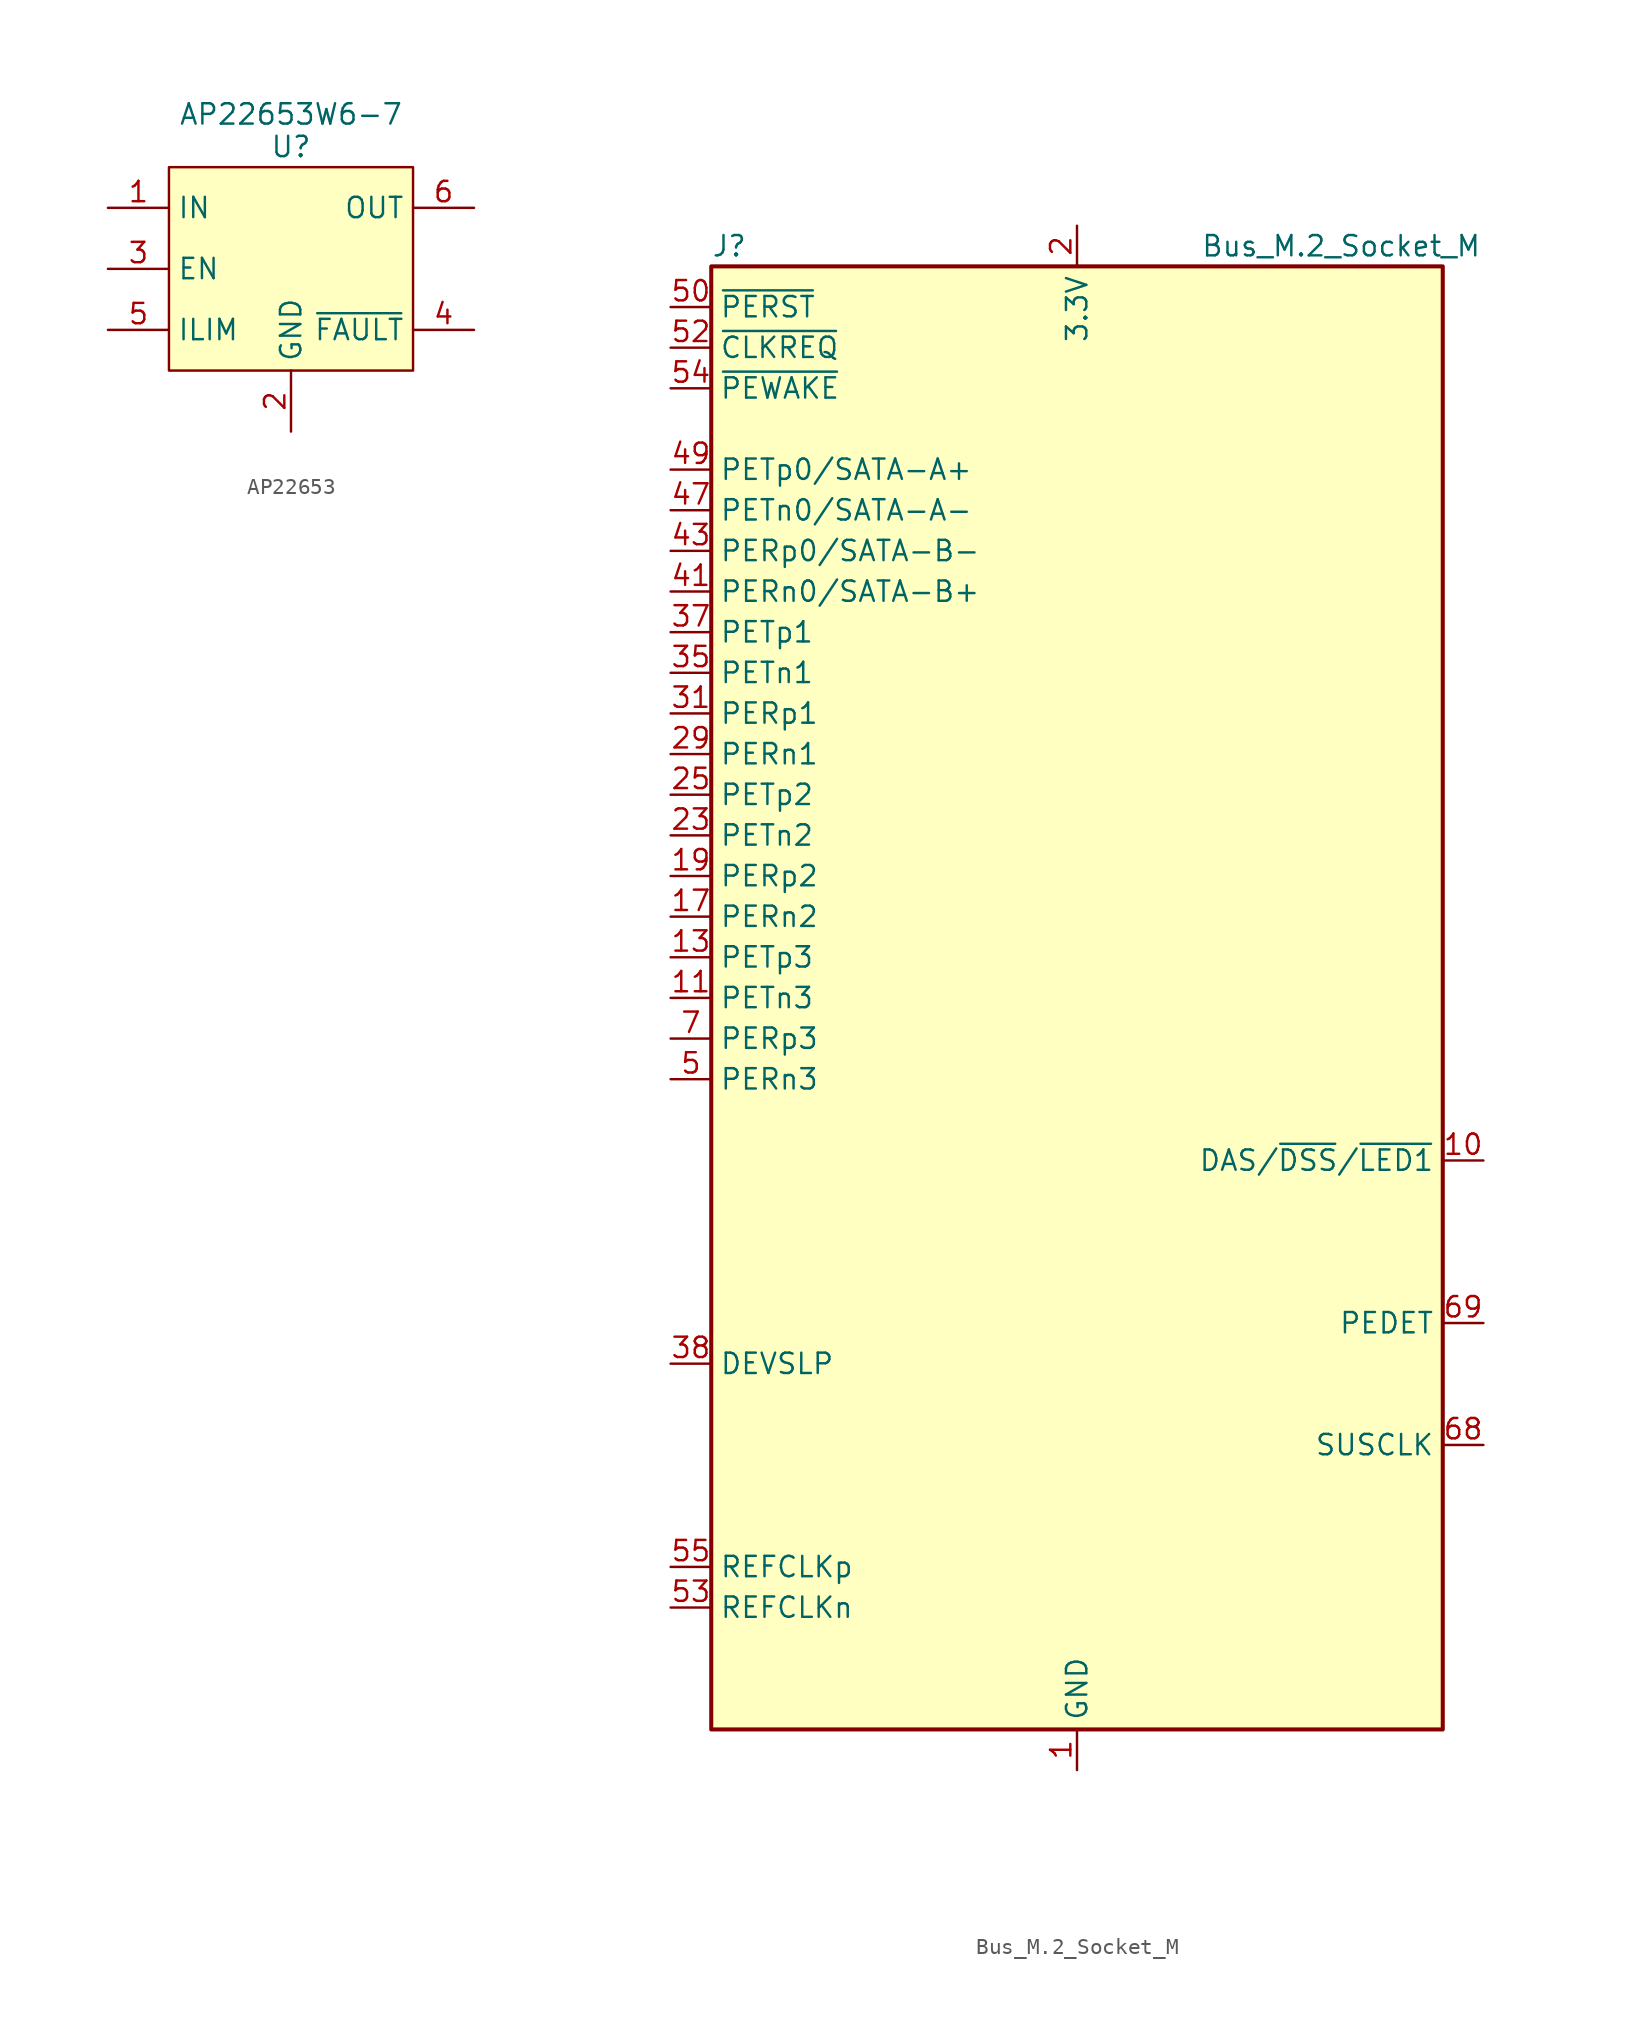
<source format=kicad_sym>
(kicad_symbol_lib
  (version 20241209)
  (generator "kicad_symbol_editor")
  (generator_version "9.0")
  (symbol "AP22653"
    (property "Reference" "U"
      (at 0 7.62 0)
      (effects (font (size 1.27 1.27))))
    (property "Value" "AP22653W6-7"
      (at 0 9.652 0)
      (effects (font (size 1.27 1.27))))
    (symbol "AP22653_1_1"
      (rectangle (start -7.62 6.35) (end 7.62 -6.35) (stroke (width 0) (type default)) (fill (type background)))
      (pin power_in line (at -11.43 3.81 0) (length 3.81) (name "IN" (effects (font (size 1.27 1.27)))) (number "1" (effects (font (size 1.27 1.27)))))
      (pin input line (at -11.43 0 0) (length 3.81) (name "EN" (effects (font (size 1.27 1.27)))) (number "3" (effects (font (size 1.27 1.27)))))
      (pin passive line (at -11.43 -3.81 0) (length 3.81) (name "ILIM" (effects (font (size 1.27 1.27)))) (number "5" (effects (font (size 1.27 1.27)))))
      (pin power_in line (at 0 -10.16 90) (length 3.81) (name "GND" (effects (font (size 1.27 1.27)))) (number "2" (effects (font (size 1.27 1.27)))))
      (pin power_out line (at 11.43 3.81 180) (length 3.81) (name "OUT" (effects (font (size 1.27 1.27)))) (number "6" (effects (font (size 1.27 1.27)))))
      (pin output line (at 11.43 -3.81 180) (length 3.81) (name "~{FAULT}" (effects (font (size 1.27 1.27)))) (number "4" (effects (font (size 1.27 1.27)))))))
  (symbol "Bus_M.2_Socket_M"
    (property "Reference" "J"
      (at -22.86 46.99 0)
      (effects (font (size 1.27 1.27)) (justify left)))
    (property "Value" "Bus_M.2_Socket_M"
      (at 16.51 46.99 0)
      (effects (font (size 1.27 1.27))))
    (symbol "Bus_M.2_Socket_M_0_1"
      (rectangle (start -22.86 45.72) (end 22.86 -45.72) (stroke (width 0.254) (type default)) (fill (type background))))
    (symbol "Bus_M.2_Socket_M_1_1"
      (pin input line (at -25.4 43.18 0) (length 2.54) (name "~{PERST}" (effects (font (size 1.27 1.27)))) (number "50" (effects (font (size 1.27 1.27)))))
      (pin bidirectional line (at -25.4 40.64 0) (length 2.54) (name "~{CLKREQ}" (effects (font (size 1.27 1.27)))) (number "52" (effects (font (size 1.27 1.27)))))
      (pin bidirectional line (at -25.4 38.1 0) (length 2.54) (name "~{PEWAKE}" (effects (font (size 1.27 1.27)))) (number "54" (effects (font (size 1.27 1.27)))))
      (pin input line (at -25.4 33.02 0) (length 2.54) (name "PETp0/SATA-A+" (effects (font (size 1.27 1.27)))) (number "49" (effects (font (size 1.27 1.27)))))
      (pin input line (at -25.4 30.48 0) (length 2.54) (name "PETn0/SATA-A-" (effects (font (size 1.27 1.27)))) (number "47" (effects (font (size 1.27 1.27)))))
      (pin output line (at -25.4 27.94 0) (length 2.54) (name "PERp0/SATA-B-" (effects (font (size 1.27 1.27)))) (number "43" (effects (font (size 1.27 1.27)))))
      (pin output line (at -25.4 25.4 0) (length 2.54) (name "PERn0/SATA-B+" (effects (font (size 1.27 1.27)))) (number "41" (effects (font (size 1.27 1.27)))))
      (pin input line (at -25.4 22.86 0) (length 2.54) (name "PETp1" (effects (font (size 1.27 1.27)))) (number "37" (effects (font (size 1.27 1.27)))))
      (pin input line (at -25.4 20.32 0) (length 2.54) (name "PETn1" (effects (font (size 1.27 1.27)))) (number "35" (effects (font (size 1.27 1.27)))))
      (pin output line (at -25.4 17.78 0) (length 2.54) (name "PERp1" (effects (font (size 1.27 1.27)))) (number "31" (effects (font (size 1.27 1.27)))))
      (pin output line (at -25.4 15.24 0) (length 2.54) (name "PERn1" (effects (font (size 1.27 1.27)))) (number "29" (effects (font (size 1.27 1.27)))))
      (pin input line (at -25.4 12.7 0) (length 2.54) (name "PETp2" (effects (font (size 1.27 1.27)))) (number "25" (effects (font (size 1.27 1.27)))))
      (pin input line (at -25.4 10.16 0) (length 2.54) (name "PETn2" (effects (font (size 1.27 1.27)))) (number "23" (effects (font (size 1.27 1.27)))))
      (pin output line (at -25.4 7.62 0) (length 2.54) (name "PERp2" (effects (font (size 1.27 1.27)))) (number "19" (effects (font (size 1.27 1.27)))))
      (pin output line (at -25.4 5.08 0) (length 2.54) (name "PERn2" (effects (font (size 1.27 1.27)))) (number "17" (effects (font (size 1.27 1.27)))))
      (pin input line (at -25.4 2.54 0) (length 2.54) (name "PETp3" (effects (font (size 1.27 1.27)))) (number "13" (effects (font (size 1.27 1.27)))))
      (pin input line (at -25.4 0 0) (length 2.54) (name "PETn3" (effects (font (size 1.27 1.27)))) (number "11" (effects (font (size 1.27 1.27)))))
      (pin output line (at -25.4 -2.54 0) (length 2.54) (name "PERp3" (effects (font (size 1.27 1.27)))) (number "7" (effects (font (size 1.27 1.27)))))
      (pin output line (at -25.4 -5.08 0) (length 2.54) (name "PERn3" (effects (font (size 1.27 1.27)))) (number "5" (effects (font (size 1.27 1.27)))))
      (pin output line (at -25.4 -22.86 0) (length 2.54) (name "DEVSLP" (effects (font (size 1.27 1.27)))) (number "38" (effects (font (size 1.27 1.27)))))
      (pin input line (at -25.4 -35.56 0) (length 2.54) (name "REFCLKp" (effects (font (size 1.27 1.27)))) (number "55" (effects (font (size 1.27 1.27)))))
      (pin input line (at -25.4 -38.1 0) (length 2.54) (name "REFCLKn" (effects (font (size 1.27 1.27)))) (number "53" (effects (font (size 1.27 1.27)))))
      (pin passive line (at 0 48.26 270) (length 2.54) (hide yes) (name "3.3V" (effects (font (size 1.27 1.27)))) (number "12" (effects (font (size 1.27 1.27)))))
      (pin passive line (at 0 48.26 270) (length 2.54) (hide yes) (name "3.3V" (effects (font (size 1.27 1.27)))) (number "14" (effects (font (size 1.27 1.27)))))
      (pin passive line (at 0 48.26 270) (length 2.54) (hide yes) (name "3.3V" (effects (font (size 1.27 1.27)))) (number "16" (effects (font (size 1.27 1.27)))))
      (pin passive line (at 0 48.26 270) (length 2.54) (hide yes) (name "3.3V" (effects (font (size 1.27 1.27)))) (number "18" (effects (font (size 1.27 1.27)))))
      (pin power_in line (at 0 48.26 270) (length 2.54) (name "3.3V" (effects (font (size 1.27 1.27)))) (number "2" (effects (font (size 1.27 1.27)))))
      (pin passive line (at 0 48.26 270) (length 2.54) (hide yes) (name "3.3V" (effects (font (size 1.27 1.27)))) (number "4" (effects (font (size 1.27 1.27)))))
      (pin passive line (at 0 48.26 270) (length 2.54) (hide yes) (name "3.3V" (effects (font (size 1.27 1.27)))) (number "70" (effects (font (size 1.27 1.27)))))
      (pin passive line (at 0 48.26 270) (length 2.54) (hide yes) (name "3.3V" (effects (font (size 1.27 1.27)))) (number "72" (effects (font (size 1.27 1.27)))))
      (pin passive line (at 0 48.26 270) (length 2.54) (hide yes) (name "3.3V" (effects (font (size 1.27 1.27)))) (number "74" (effects (font (size 1.27 1.27)))))
      (pin power_in line (at 0 -48.26 90) (length 2.54) (name "GND" (effects (font (size 1.27 1.27)))) (number "1" (effects (font (size 1.27 1.27)))))
      (pin passive line (at 0 -48.26 90) (length 2.54) (hide yes) (name "GND" (effects (font (size 1.27 1.27)))) (number "15" (effects (font (size 1.27 1.27)))))
      (pin passive line (at 0 -48.26 90) (length 2.54) (hide yes) (name "GND" (effects (font (size 1.27 1.27)))) (number "21" (effects (font (size 1.27 1.27)))))
      (pin passive line (at 0 -48.26 90) (length 2.54) (hide yes) (name "GND" (effects (font (size 1.27 1.27)))) (number "27" (effects (font (size 1.27 1.27)))))
      (pin passive line (at 0 -48.26 90) (length 2.54) (hide yes) (name "GND" (effects (font (size 1.27 1.27)))) (number "3" (effects (font (size 1.27 1.27)))))
      (pin passive line (at 0 -48.26 90) (length 2.54) (hide yes) (name "GND" (effects (font (size 1.27 1.27)))) (number "33" (effects (font (size 1.27 1.27)))))
      (pin passive line (at 0 -48.26 90) (length 2.54) (hide yes) (name "GND" (effects (font (size 1.27 1.27)))) (number "39" (effects (font (size 1.27 1.27)))))
      (pin passive line (at 0 -48.26 90) (length 2.54) (hide yes) (name "GND" (effects (font (size 1.27 1.27)))) (number "45" (effects (font (size 1.27 1.27)))))
      (pin passive line (at 0 -48.26 90) (length 2.54) (hide yes) (name "GND" (effects (font (size 1.27 1.27)))) (number "51" (effects (font (size 1.27 1.27)))))
      (pin passive line (at 0 -48.26 90) (length 2.54) (hide yes) (name "GND" (effects (font (size 1.27 1.27)))) (number "57" (effects (font (size 1.27 1.27)))))
      (pin passive line (at 0 -48.26 90) (length 2.54) (hide yes) (name "GND" (effects (font (size 1.27 1.27)))) (number "71" (effects (font (size 1.27 1.27)))))
      (pin passive line (at 0 -48.26 90) (length 2.54) (hide yes) (name "GND" (effects (font (size 1.27 1.27)))) (number "73" (effects (font (size 1.27 1.27)))))
      (pin passive line (at 0 -48.26 90) (length 2.54) (hide yes) (name "GND" (effects (font (size 1.27 1.27)))) (number "75" (effects (font (size 1.27 1.27)))))
      (pin passive line (at 0 -48.26 90) (length 2.54) (hide yes) (name "GND" (effects (font (size 1.27 1.27)))) (number "9" (effects (font (size 1.27 1.27)))))
      (pin power_in line (at 0 -48.26 90) (length 2.54) (hide yes) (name "GND" (effects (font (size 1.27 1.27)))) (number "MP" (effects (font (size 1.27 1.27)))))
      (pin no_connect line (at 22.86 40.64 180) (length 2.54) (hide yes) (name "NC" (effects (font (size 1.27 1.27)))) (number "58" (effects (font (size 1.27 1.27)))))
      (pin no_connect line (at 22.86 38.1 180) (length 2.54) (hide yes) (name "NC" (effects (font (size 1.27 1.27)))) (number "56" (effects (font (size 1.27 1.27)))))
      (pin no_connect line (at 22.86 35.56 180) (length 2.54) (hide yes) (name "NC" (effects (font (size 1.27 1.27)))) (number "48" (effects (font (size 1.27 1.27)))))
      (pin no_connect line (at 22.86 33.02 180) (length 2.54) (hide yes) (name "NC" (effects (font (size 1.27 1.27)))) (number "46" (effects (font (size 1.27 1.27)))))
      (pin no_connect line (at 22.86 30.48 180) (length 2.54) (hide yes) (name "NC" (effects (font (size 1.27 1.27)))) (number "44" (effects (font (size 1.27 1.27)))))
      (pin no_connect line (at 22.86 27.94 180) (length 2.54) (hide yes) (name "NC" (effects (font (size 1.27 1.27)))) (number "42" (effects (font (size 1.27 1.27)))))
      (pin no_connect line (at 22.86 25.4 180) (length 2.54) (hide yes) (name "NC" (effects (font (size 1.27 1.27)))) (number "40" (effects (font (size 1.27 1.27)))))
      (pin no_connect line (at 22.86 22.86 180) (length 2.54) (hide yes) (name "NC" (effects (font (size 1.27 1.27)))) (number "36" (effects (font (size 1.27 1.27)))))
      (pin no_connect line (at 22.86 20.32 180) (length 2.54) (hide yes) (name "NC" (effects (font (size 1.27 1.27)))) (number "34" (effects (font (size 1.27 1.27)))))
      (pin no_connect line (at 22.86 17.78 180) (length 2.54) (hide yes) (name "NC" (effects (font (size 1.27 1.27)))) (number "32" (effects (font (size 1.27 1.27)))))
      (pin no_connect line (at 22.86 15.24 180) (length 2.54) (hide yes) (name "NC" (effects (font (size 1.27 1.27)))) (number "30" (effects (font (size 1.27 1.27)))))
      (pin no_connect line (at 22.86 12.7 180) (length 2.54) (hide yes) (name "NC" (effects (font (size 1.27 1.27)))) (number "28" (effects (font (size 1.27 1.27)))))
      (pin no_connect line (at 22.86 10.16 180) (length 2.54) (hide yes) (name "NC" (effects (font (size 1.27 1.27)))) (number "26" (effects (font (size 1.27 1.27)))))
      (pin no_connect line (at 22.86 7.62 180) (length 2.54) (hide yes) (name "NC" (effects (font (size 1.27 1.27)))) (number "24" (effects (font (size 1.27 1.27)))))
      (pin no_connect line (at 22.86 5.08 180) (length 2.54) (hide yes) (name "NC" (effects (font (size 1.27 1.27)))) (number "22" (effects (font (size 1.27 1.27)))))
      (pin no_connect line (at 22.86 2.54 180) (length 2.54) (hide yes) (name "NC" (effects (font (size 1.27 1.27)))) (number "20" (effects (font (size 1.27 1.27)))))
      (pin no_connect line (at 22.86 0 180) (length 2.54) (hide yes) (name "NC" (effects (font (size 1.27 1.27)))) (number "8" (effects (font (size 1.27 1.27)))))
      (pin no_connect line (at 22.86 -2.54 180) (length 2.54) (hide yes) (name "NC" (effects (font (size 1.27 1.27)))) (number "6" (effects (font (size 1.27 1.27)))))
      (pin no_connect line (at 22.86 -5.08 180) (length 2.54) (hide yes) (name "NC" (effects (font (size 1.27 1.27)))) (number "67" (effects (font (size 1.27 1.27)))))
      (pin bidirectional line (at 25.4 -10.16 180) (length 2.54) (name "DAS/~{DSS}/~{LED1}" (effects (font (size 1.27 1.27)))) (number "10" (effects (font (size 1.27 1.27)))))
      (pin passive line (at 25.4 -20.32 180) (length 2.54) (name "PEDET" (effects (font (size 1.27 1.27)))) (number "69" (effects (font (size 1.27 1.27)))))
      (pin output line (at 25.4 -27.94 180) (length 2.54) (name "SUSCLK" (effects (font (size 1.27 1.27)))) (number "68" (effects (font (size 1.27 1.27))))))))
</source>
